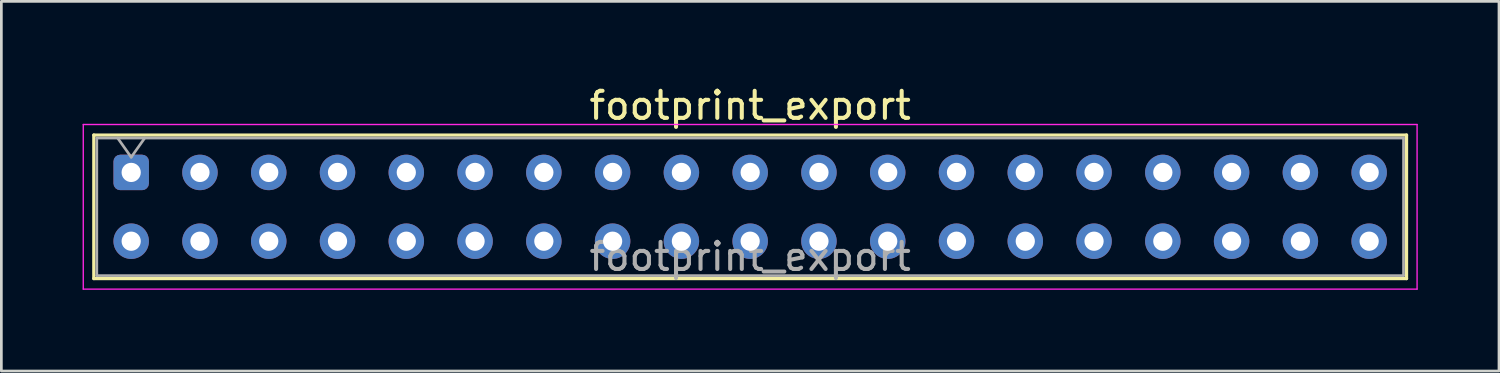
<source format=kicad_pcb>
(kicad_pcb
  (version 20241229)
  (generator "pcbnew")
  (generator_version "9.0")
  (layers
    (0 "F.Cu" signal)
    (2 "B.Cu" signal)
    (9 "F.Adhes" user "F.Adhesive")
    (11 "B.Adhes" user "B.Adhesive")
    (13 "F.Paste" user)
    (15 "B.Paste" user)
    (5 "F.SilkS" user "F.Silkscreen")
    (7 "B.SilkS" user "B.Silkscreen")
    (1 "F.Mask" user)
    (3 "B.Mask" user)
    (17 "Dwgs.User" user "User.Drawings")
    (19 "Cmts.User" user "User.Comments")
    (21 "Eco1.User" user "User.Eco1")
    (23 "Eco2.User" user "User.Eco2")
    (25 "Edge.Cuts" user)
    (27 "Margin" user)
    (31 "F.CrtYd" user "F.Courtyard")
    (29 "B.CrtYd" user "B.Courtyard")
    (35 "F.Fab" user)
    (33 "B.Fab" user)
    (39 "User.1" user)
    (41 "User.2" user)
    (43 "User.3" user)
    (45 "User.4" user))
  (footprint "footprint_export"
    (layer "F.Cu")
    (at 1.795 3.318)
    (property "Reference" "footprint_export" (at 22.86 -2.47 0) (layer "F.SilkS") (effects (font (size 1 1) (thickness 0.15))))
    (attr through_hole)
    (fp_line (start -1.38 -1.38) (end 47.1 -1.38) (stroke (width 0.12) (type solid)) (layer "F.SilkS"))
    (fp_line (start -1.38 3.92) (end -1.38 -1.38) (stroke (width 0.12) (type solid)) (layer "F.SilkS"))
    (fp_line (start 47.1 -1.38) (end 47.1 3.92) (stroke (width 0.12) (type solid)) (layer "F.SilkS"))
    (fp_line (start 47.1 3.92) (end -1.38 3.92) (stroke (width 0.12) (type solid)) (layer "F.SilkS"))
    (fp_line (start -1.77 -1.77) (end 47.49 -1.77) (stroke (width 0.05) (type solid)) (layer "F.CrtYd"))
    (fp_line (start -1.77 4.31) (end -1.77 -1.77) (stroke (width 0.05) (type solid)) (layer "F.CrtYd"))
    (fp_line (start 47.49 -1.77) (end 47.49 4.31) (stroke (width 0.05) (type solid)) (layer "F.CrtYd"))
    (fp_line (start 47.49 4.31) (end -1.77 4.31) (stroke (width 0.05) (type solid)) (layer "F.CrtYd"))
    (fp_line (start -1.27 -1.27) (end 46.99 -1.27) (stroke (width 0.1) (type solid)) (layer "F.Fab"))
    (fp_line (start -1.27 3.81) (end -1.27 -1.27) (stroke (width 0.1) (type solid)) (layer "F.Fab"))
    (fp_line (start -0.5 -1.27) (end 0 -0.563) (stroke (width 0.1) (type solid)) (layer "F.Fab"))
    (fp_line (start 0 -0.563) (end 0.5 -1.27) (stroke (width 0.1) (type solid)) (layer "F.Fab"))
    (fp_line (start 46.99 -1.27) (end 46.99 3.81) (stroke (width 0.1) (type solid)) (layer "F.Fab"))
    (fp_line (start 46.99 3.81) (end -1.27 3.81) (stroke (width 0.1) (type solid)) (layer "F.Fab"))
    (fp_text user "${REFERENCE}" (at 22.86 3.11 0) (layer "F.Fab") (effects (font (size 1 1) (thickness 0.15))))
    (pad "1" thru_hole roundrect (at 0 0) (size 1.31 1.31) (drill 0.71) (layers "*.Cu" "*.Mask") (roundrect_rratio 0.191))
    (pad "2" thru_hole circle (at 0 2.54) (size 1.31 1.31) (drill 0.71) (layers "*.Cu" "*.Mask"))
    (pad "3" thru_hole circle (at 2.54 0) (size 1.31 1.31) (drill 0.71) (layers "*.Cu" "*.Mask"))
    (pad "4" thru_hole circle (at 2.54 2.54) (size 1.31 1.31) (drill 0.71) (layers "*.Cu" "*.Mask"))
    (pad "5" thru_hole circle (at 5.08 0) (size 1.31 1.31) (drill 0.71) (layers "*.Cu" "*.Mask"))
    (pad "6" thru_hole circle (at 5.08 2.54) (size 1.31 1.31) (drill 0.71) (layers "*.Cu" "*.Mask"))
    (pad "7" thru_hole circle (at 7.62 0) (size 1.31 1.31) (drill 0.71) (layers "*.Cu" "*.Mask"))
    (pad "8" thru_hole circle (at 7.62 2.54) (size 1.31 1.31) (drill 0.71) (layers "*.Cu" "*.Mask"))
    (pad "9" thru_hole circle (at 10.16 0) (size 1.31 1.31) (drill 0.71) (layers "*.Cu" "*.Mask"))
    (pad "10" thru_hole circle (at 10.16 2.54) (size 1.31 1.31) (drill 0.71) (layers "*.Cu" "*.Mask"))
    (pad "11" thru_hole circle (at 12.7 0) (size 1.31 1.31) (drill 0.71) (layers "*.Cu" "*.Mask"))
    (pad "12" thru_hole circle (at 12.7 2.54) (size 1.31 1.31) (drill 0.71) (layers "*.Cu" "*.Mask"))
    (pad "13" thru_hole circle (at 15.24 0) (size 1.31 1.31) (drill 0.71) (layers "*.Cu" "*.Mask"))
    (pad "14" thru_hole circle (at 15.24 2.54) (size 1.31 1.31) (drill 0.71) (layers "*.Cu" "*.Mask"))
    (pad "15" thru_hole circle (at 17.78 0) (size 1.31 1.31) (drill 0.71) (layers "*.Cu" "*.Mask"))
    (pad "16" thru_hole circle (at 17.78 2.54) (size 1.31 1.31) (drill 0.71) (layers "*.Cu" "*.Mask"))
    (pad "17" thru_hole circle (at 20.32 0) (size 1.31 1.31) (drill 0.71) (layers "*.Cu" "*.Mask"))
    (pad "18" thru_hole circle (at 20.32 2.54) (size 1.31 1.31) (drill 0.71) (layers "*.Cu" "*.Mask"))
    (pad "19" thru_hole circle (at 22.86 0) (size 1.31 1.31) (drill 0.71) (layers "*.Cu" "*.Mask"))
    (pad "20" thru_hole circle (at 22.86 2.54) (size 1.31 1.31) (drill 0.71) (layers "*.Cu" "*.Mask"))
    (pad "21" thru_hole circle (at 25.4 0) (size 1.31 1.31) (drill 0.71) (layers "*.Cu" "*.Mask"))
    (pad "22" thru_hole circle (at 25.4 2.54) (size 1.31 1.31) (drill 0.71) (layers "*.Cu" "*.Mask"))
    (pad "23" thru_hole circle (at 27.94 0) (size 1.31 1.31) (drill 0.71) (layers "*.Cu" "*.Mask"))
    (pad "24" thru_hole circle (at 27.94 2.54) (size 1.31 1.31) (drill 0.71) (layers "*.Cu" "*.Mask"))
    (pad "25" thru_hole circle (at 30.48 0) (size 1.31 1.31) (drill 0.71) (layers "*.Cu" "*.Mask"))
    (pad "26" thru_hole circle (at 30.48 2.54) (size 1.31 1.31) (drill 0.71) (layers "*.Cu" "*.Mask"))
    (pad "27" thru_hole circle (at 33.02 0) (size 1.31 1.31) (drill 0.71) (layers "*.Cu" "*.Mask"))
    (pad "28" thru_hole circle (at 33.02 2.54) (size 1.31 1.31) (drill 0.71) (layers "*.Cu" "*.Mask"))
    (pad "29" thru_hole circle (at 35.56 0) (size 1.31 1.31) (drill 0.71) (layers "*.Cu" "*.Mask"))
    (pad "30" thru_hole circle (at 35.56 2.54) (size 1.31 1.31) (drill 0.71) (layers "*.Cu" "*.Mask"))
    (pad "31" thru_hole circle (at 38.1 0) (size 1.31 1.31) (drill 0.71) (layers "*.Cu" "*.Mask"))
    (pad "32" thru_hole circle (at 38.1 2.54) (size 1.31 1.31) (drill 0.71) (layers "*.Cu" "*.Mask"))
    (pad "33" thru_hole circle (at 40.64 0) (size 1.31 1.31) (drill 0.71) (layers "*.Cu" "*.Mask"))
    (pad "34" thru_hole circle (at 40.64 2.54) (size 1.31 1.31) (drill 0.71) (layers "*.Cu" "*.Mask"))
    (pad "35" thru_hole circle (at 43.18 0) (size 1.31 1.31) (drill 0.71) (layers "*.Cu" "*.Mask"))
    (pad "36" thru_hole circle (at 43.18 2.54) (size 1.31 1.31) (drill 0.71) (layers "*.Cu" "*.Mask"))
    (pad "37" thru_hole circle (at 45.72 0) (size 1.31 1.31) (drill 0.71) (layers "*.Cu" "*.Mask"))
    (pad "38" thru_hole circle (at 45.72 2.54) (size 1.31 1.31) (drill 0.71) (layers "*.Cu" "*.Mask")))
  (gr_rect
    (start -3 -3)
    (end 52.31 10.653)
    (stroke (width 0.1) (type default))
    (fill no)
    (layer "Edge.Cuts")))
</source>
